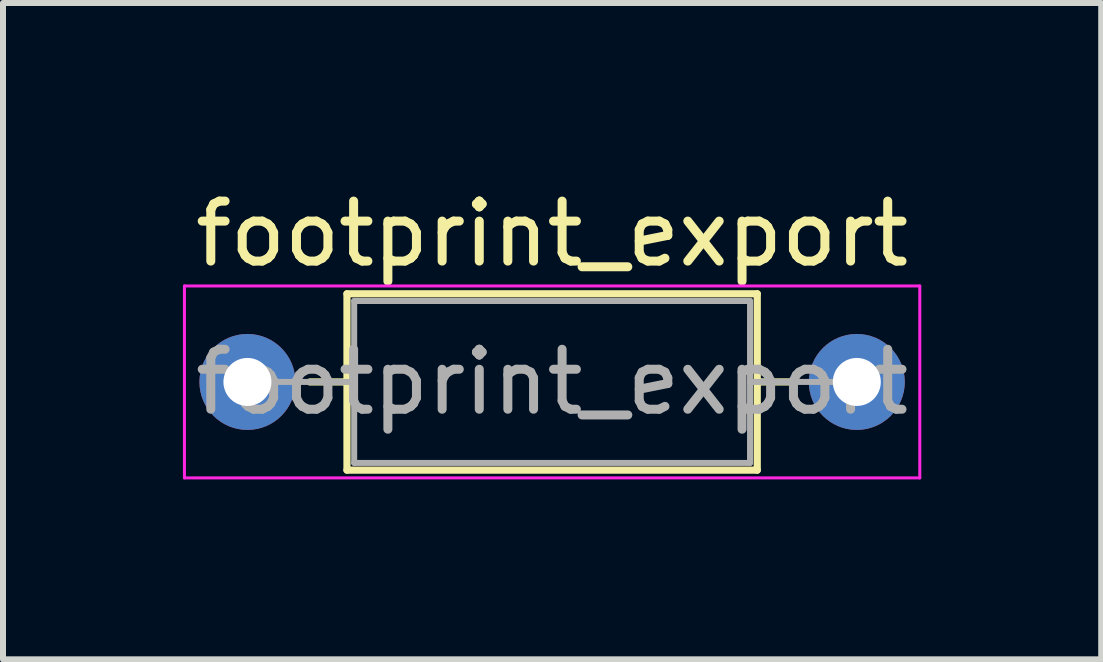
<source format=kicad_pcb>
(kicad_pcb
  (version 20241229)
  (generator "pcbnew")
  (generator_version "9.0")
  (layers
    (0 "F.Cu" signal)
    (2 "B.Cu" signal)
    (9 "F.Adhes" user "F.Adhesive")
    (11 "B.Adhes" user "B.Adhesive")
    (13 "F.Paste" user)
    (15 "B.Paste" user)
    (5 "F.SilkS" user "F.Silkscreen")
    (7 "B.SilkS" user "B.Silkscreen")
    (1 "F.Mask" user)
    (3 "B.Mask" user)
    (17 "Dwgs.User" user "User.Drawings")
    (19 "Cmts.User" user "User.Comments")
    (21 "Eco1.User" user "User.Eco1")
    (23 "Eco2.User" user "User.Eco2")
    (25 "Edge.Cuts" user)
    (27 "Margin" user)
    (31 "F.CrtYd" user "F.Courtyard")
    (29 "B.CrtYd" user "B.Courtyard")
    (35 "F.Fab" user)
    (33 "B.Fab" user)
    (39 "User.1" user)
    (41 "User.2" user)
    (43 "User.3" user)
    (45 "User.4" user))
  (footprint "footprint_export"
    (layer "F.Cu")
    (at 1.075 3.318)
    (property "Reference" "footprint_export" (at 5.08 -2.47 0) (layer "F.SilkS") (effects (font (size 1 1) (thickness 0.15))))
    (attr through_hole)
    (fp_line (start 1.04 0) (end 1.66 0) (stroke (width 0.12) (type solid)) (layer "F.SilkS"))
    (fp_line (start 1.66 -1.47) (end 1.66 1.47) (stroke (width 0.12) (type solid)) (layer "F.SilkS"))
    (fp_line (start 1.66 1.47) (end 8.5 1.47) (stroke (width 0.12) (type solid)) (layer "F.SilkS"))
    (fp_line (start 8.5 -1.47) (end 1.66 -1.47) (stroke (width 0.12) (type solid)) (layer "F.SilkS"))
    (fp_line (start 8.5 1.47) (end 8.5 -1.47) (stroke (width 0.12) (type solid)) (layer "F.SilkS"))
    (fp_line (start 9.12 0) (end 8.5 0) (stroke (width 0.12) (type solid)) (layer "F.SilkS"))
    (fp_line (start -1.05 -1.6) (end -1.05 1.6) (stroke (width 0.05) (type solid)) (layer "F.CrtYd"))
    (fp_line (start -1.05 1.6) (end 11.21 1.6) (stroke (width 0.05) (type solid)) (layer "F.CrtYd"))
    (fp_line (start 11.21 -1.6) (end -1.05 -1.6) (stroke (width 0.05) (type solid)) (layer "F.CrtYd"))
    (fp_line (start 11.21 1.6) (end 11.21 -1.6) (stroke (width 0.05) (type solid)) (layer "F.CrtYd"))
    (fp_line (start 0 0) (end 1.78 0) (stroke (width 0.1) (type solid)) (layer "F.Fab"))
    (fp_line (start 1.78 -1.35) (end 1.78 1.35) (stroke (width 0.1) (type solid)) (layer "F.Fab"))
    (fp_line (start 1.78 1.35) (end 8.38 1.35) (stroke (width 0.1) (type solid)) (layer "F.Fab"))
    (fp_line (start 8.38 -1.35) (end 1.78 -1.35) (stroke (width 0.1) (type solid)) (layer "F.Fab"))
    (fp_line (start 8.38 1.35) (end 8.38 -1.35) (stroke (width 0.1) (type solid)) (layer "F.Fab"))
    (fp_line (start 10.16 0) (end 8.38 0) (stroke (width 0.1) (type solid)) (layer "F.Fab"))
    (fp_text user "${REFERENCE}" (at 5.08 0 0) (layer "F.Fab") (effects (font (size 1 1) (thickness 0.15))))
    (pad "1" thru_hole circle (at 0 0) (size 1.6 1.6) (drill 0.8) (layers "*.Cu" "*.Mask"))
    (pad "2" thru_hole oval (at 10.16 0) (size 1.6 1.6) (drill 0.8) (layers "*.Cu" "*.Mask")))
  (gr_rect
    (start -3 -3)
    (end 15.31 7.943)
    (stroke (width 0.1) (type default))
    (fill no)
    (layer "Edge.Cuts")))
</source>
